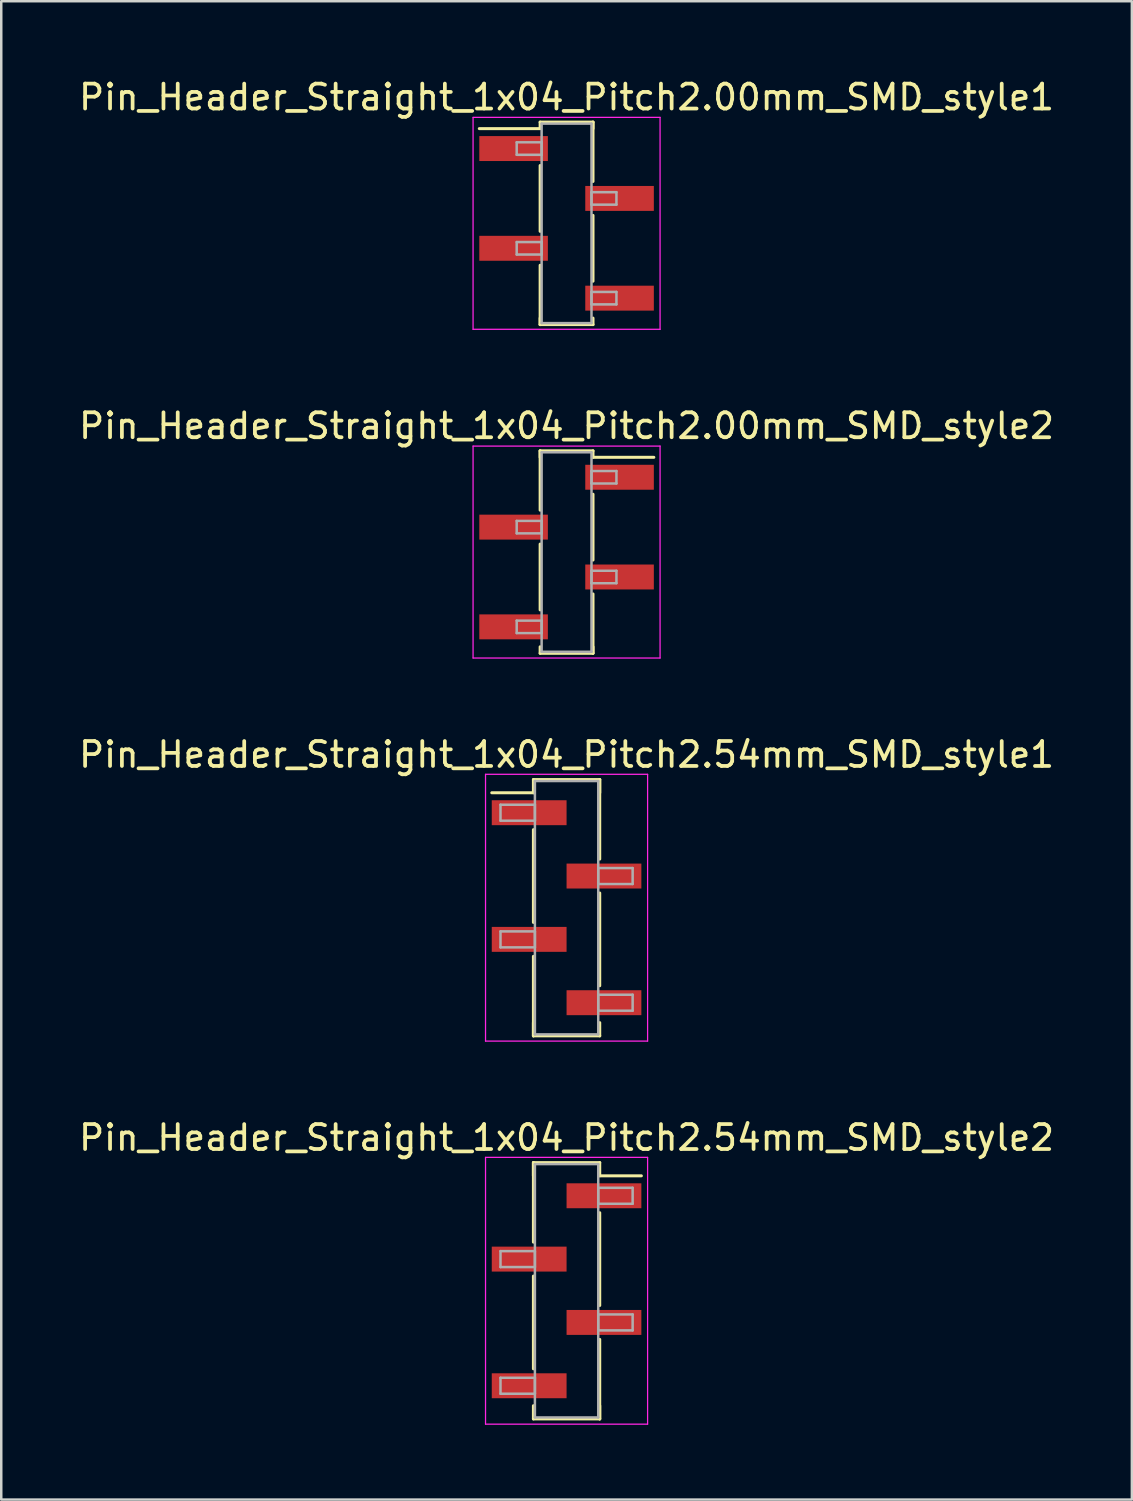
<source format=kicad_pcb>
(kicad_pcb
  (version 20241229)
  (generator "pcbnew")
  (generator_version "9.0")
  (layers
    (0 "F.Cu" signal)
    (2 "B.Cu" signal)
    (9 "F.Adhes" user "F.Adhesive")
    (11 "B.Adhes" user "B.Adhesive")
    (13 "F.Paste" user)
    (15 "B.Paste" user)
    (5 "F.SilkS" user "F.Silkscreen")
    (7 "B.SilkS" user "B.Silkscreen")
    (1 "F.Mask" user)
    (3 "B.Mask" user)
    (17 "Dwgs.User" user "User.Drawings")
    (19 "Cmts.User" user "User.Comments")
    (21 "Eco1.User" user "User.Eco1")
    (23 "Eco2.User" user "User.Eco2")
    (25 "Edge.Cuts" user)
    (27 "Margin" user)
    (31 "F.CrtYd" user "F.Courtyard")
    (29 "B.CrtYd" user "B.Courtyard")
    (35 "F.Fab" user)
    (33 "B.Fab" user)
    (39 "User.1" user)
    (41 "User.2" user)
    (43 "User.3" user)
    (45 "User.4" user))
  (footprint "Pin_Header_Straight_1x04_Pitch2.00mm_SMD_style2"
    (layer "F.Cu")
    (at 19.673 19.091)
    (property "Reference" "Pin_Header_Straight_1x04_Pitch2.00mm_SMD_style2" (at 0 -5.06 0) (layer "F.SilkS") (effects (font (size 1 1) (thickness 0.15))))
    (attr smd)
    (fp_line (start -1.06 -4.06) (end -1.06 -1.68) (stroke (width 0.12) (type solid)) (layer "F.SilkS"))
    (fp_line (start -1.06 -4.06) (end 1.06 -4.06) (stroke (width 0.12) (type solid)) (layer "F.SilkS"))
    (fp_line (start -1.06 -3.8) (end -1.06 -4.06) (stroke (width 0.12) (type solid)) (layer "F.SilkS"))
    (fp_line (start -1.06 -0.32) (end -1.06 2.32) (stroke (width 0.12) (type solid)) (layer "F.SilkS"))
    (fp_line (start -1.06 3.8) (end -1.06 4.06) (stroke (width 0.12) (type solid)) (layer "F.SilkS"))
    (fp_line (start -1.06 4.06) (end 1.06 4.06) (stroke (width 0.12) (type solid)) (layer "F.SilkS"))
    (fp_line (start 1.06 -4.06) (end 1.06 -3.8) (stroke (width 0.12) (type solid)) (layer "F.SilkS"))
    (fp_line (start 1.06 -3.8) (end 3.5 -3.8) (stroke (width 0.12) (type solid)) (layer "F.SilkS"))
    (fp_line (start 1.06 -2.32) (end 1.06 0.32) (stroke (width 0.12) (type solid)) (layer "F.SilkS"))
    (fp_line (start 1.06 1.68) (end 1.06 4.06) (stroke (width 0.12) (type solid)) (layer "F.SilkS"))
    (fp_line (start 1.06 4.06) (end 1.06 3.8) (stroke (width 0.12) (type solid)) (layer "F.SilkS"))
    (fp_line (start -3.75 -4.25) (end -3.75 4.25) (stroke (width 0.05) (type solid)) (layer "F.CrtYd"))
    (fp_line (start -3.75 4.25) (end 3.75 4.25) (stroke (width 0.05) (type solid)) (layer "F.CrtYd"))
    (fp_line (start 3.75 -4.25) (end -3.75 -4.25) (stroke (width 0.05) (type solid)) (layer "F.CrtYd"))
    (fp_line (start 3.75 4.25) (end 3.75 -4.25) (stroke (width 0.05) (type solid)) (layer "F.CrtYd"))
    (fp_line (start -2 -1.25) (end -1 -1.25) (stroke (width 0.1) (type solid)) (layer "F.Fab"))
    (fp_line (start -2 -0.75) (end -2 -1.25) (stroke (width 0.1) (type solid)) (layer "F.Fab"))
    (fp_line (start -2 2.75) (end -1 2.75) (stroke (width 0.1) (type solid)) (layer "F.Fab"))
    (fp_line (start -2 3.25) (end -2 2.75) (stroke (width 0.1) (type solid)) (layer "F.Fab"))
    (fp_line (start -1 -4) (end -1 4) (stroke (width 0.1) (type solid)) (layer "F.Fab"))
    (fp_line (start -1 -1.25) (end -1 -0.75) (stroke (width 0.1) (type solid)) (layer "F.Fab"))
    (fp_line (start -1 -0.75) (end -2 -0.75) (stroke (width 0.1) (type solid)) (layer "F.Fab"))
    (fp_line (start -1 2.75) (end -1 3.25) (stroke (width 0.1) (type solid)) (layer "F.Fab"))
    (fp_line (start -1 3.25) (end -2 3.25) (stroke (width 0.1) (type solid)) (layer "F.Fab"))
    (fp_line (start -1 4) (end 1 4) (stroke (width 0.1) (type solid)) (layer "F.Fab"))
    (fp_line (start 1 -4) (end -1 -4) (stroke (width 0.1) (type solid)) (layer "F.Fab"))
    (fp_line (start 1 -3.25) (end 1 -2.75) (stroke (width 0.1) (type solid)) (layer "F.Fab"))
    (fp_line (start 1 -2.75) (end 2 -2.75) (stroke (width 0.1) (type solid)) (layer "F.Fab"))
    (fp_line (start 1 0.75) (end 1 1.25) (stroke (width 0.1) (type solid)) (layer "F.Fab"))
    (fp_line (start 1 1.25) (end 2 1.25) (stroke (width 0.1) (type solid)) (layer "F.Fab"))
    (fp_line (start 1 4) (end 1 -4) (stroke (width 0.1) (type solid)) (layer "F.Fab"))
    (fp_line (start 2 -3.25) (end 1 -3.25) (stroke (width 0.1) (type solid)) (layer "F.Fab"))
    (fp_line (start 2 -2.75) (end 2 -3.25) (stroke (width 0.1) (type solid)) (layer "F.Fab"))
    (fp_line (start 2 0.75) (end 1 0.75) (stroke (width 0.1) (type solid)) (layer "F.Fab"))
    (fp_line (start 2 1.25) (end 2 0.75) (stroke (width 0.1) (type solid)) (layer "F.Fab"))
    (pad "1" smd rect (at 2.125 -3) (size 2.75 1) (layers "F.Cu" "F.Mask"))
    (pad "2" smd rect (at -2.125 -1) (size 2.75 1) (layers "F.Cu" "F.Mask"))
    (pad "3" smd rect (at 2.125 1) (size 2.75 1) (layers "F.Cu" "F.Mask"))
    (pad "4" smd rect (at -2.125 3) (size 2.75 1) (layers "F.Cu" "F.Mask")))
  (footprint "Pin_Header_Straight_1x04_Pitch2.54mm_SMD_style1"
    (layer "F.Cu")
    (at 19.673 33.355)
    (property "Reference" "Pin_Header_Straight_1x04_Pitch2.54mm_SMD_style1" (at 0 -6.14 0) (layer "F.SilkS") (effects (font (size 1 1) (thickness 0.15))))
    (attr smd)
    (fp_line (start -1.33 -5.14) (end 1.33 -5.14) (stroke (width 0.12) (type solid)) (layer "F.SilkS"))
    (fp_line (start -1.33 -4.61) (end -3 -4.61) (stroke (width 0.12) (type solid)) (layer "F.SilkS"))
    (fp_line (start -1.33 -4.61) (end -1.33 -5.14) (stroke (width 0.12) (type solid)) (layer "F.SilkS"))
    (fp_line (start -1.33 -3.13) (end -1.33 0.59) (stroke (width 0.12) (type solid)) (layer "F.SilkS"))
    (fp_line (start -1.33 1.95) (end -1.33 5.14) (stroke (width 0.12) (type solid)) (layer "F.SilkS"))
    (fp_line (start -1.33 4.61) (end -1.33 5.14) (stroke (width 0.12) (type solid)) (layer "F.SilkS"))
    (fp_line (start -1.33 5.14) (end 1.33 5.14) (stroke (width 0.12) (type solid)) (layer "F.SilkS"))
    (fp_line (start 1.33 -5.14) (end 1.33 -4.61) (stroke (width 0.12) (type solid)) (layer "F.SilkS"))
    (fp_line (start 1.33 -5.14) (end 1.33 -1.95) (stroke (width 0.12) (type solid)) (layer "F.SilkS"))
    (fp_line (start 1.33 -0.59) (end 1.33 3.13) (stroke (width 0.12) (type solid)) (layer "F.SilkS"))
    (fp_line (start 1.33 5.14) (end 1.33 4.61) (stroke (width 0.12) (type solid)) (layer "F.SilkS"))
    (fp_line (start -3.25 -5.35) (end -3.25 5.35) (stroke (width 0.05) (type solid)) (layer "F.CrtYd"))
    (fp_line (start -3.25 5.35) (end 3.25 5.35) (stroke (width 0.05) (type solid)) (layer "F.CrtYd"))
    (fp_line (start 3.25 -5.35) (end -3.25 -5.35) (stroke (width 0.05) (type solid)) (layer "F.CrtYd"))
    (fp_line (start 3.25 5.35) (end 3.25 -5.35) (stroke (width 0.05) (type solid)) (layer "F.CrtYd"))
    (fp_line (start -2.65 -4.13) (end -1.27 -4.13) (stroke (width 0.1) (type solid)) (layer "F.Fab"))
    (fp_line (start -2.65 -3.49) (end -2.65 -4.13) (stroke (width 0.1) (type solid)) (layer "F.Fab"))
    (fp_line (start -2.65 0.95) (end -1.27 0.95) (stroke (width 0.1) (type solid)) (layer "F.Fab"))
    (fp_line (start -2.65 1.59) (end -2.65 0.95) (stroke (width 0.1) (type solid)) (layer "F.Fab"))
    (fp_line (start -1.27 -5.08) (end -1.27 5.08) (stroke (width 0.1) (type solid)) (layer "F.Fab"))
    (fp_line (start -1.27 -4.13) (end -1.27 -3.49) (stroke (width 0.1) (type solid)) (layer "F.Fab"))
    (fp_line (start -1.27 -3.49) (end -2.65 -3.49) (stroke (width 0.1) (type solid)) (layer "F.Fab"))
    (fp_line (start -1.27 0.95) (end -1.27 1.59) (stroke (width 0.1) (type solid)) (layer "F.Fab"))
    (fp_line (start -1.27 1.59) (end -2.65 1.59) (stroke (width 0.1) (type solid)) (layer "F.Fab"))
    (fp_line (start -1.27 5.08) (end 1.27 5.08) (stroke (width 0.1) (type solid)) (layer "F.Fab"))
    (fp_line (start 1.27 -5.08) (end -1.27 -5.08) (stroke (width 0.1) (type solid)) (layer "F.Fab"))
    (fp_line (start 1.27 -1.59) (end 1.27 -0.95) (stroke (width 0.1) (type solid)) (layer "F.Fab"))
    (fp_line (start 1.27 -0.95) (end 2.65 -0.95) (stroke (width 0.1) (type solid)) (layer "F.Fab"))
    (fp_line (start 1.27 3.49) (end 1.27 4.13) (stroke (width 0.1) (type solid)) (layer "F.Fab"))
    (fp_line (start 1.27 4.13) (end 2.65 4.13) (stroke (width 0.1) (type solid)) (layer "F.Fab"))
    (fp_line (start 1.27 5.08) (end 1.27 -5.08) (stroke (width 0.1) (type solid)) (layer "F.Fab"))
    (fp_line (start 2.65 -1.59) (end 1.27 -1.59) (stroke (width 0.1) (type solid)) (layer "F.Fab"))
    (fp_line (start 2.65 -0.95) (end 2.65 -1.59) (stroke (width 0.1) (type solid)) (layer "F.Fab"))
    (fp_line (start 2.65 3.49) (end 1.27 3.49) (stroke (width 0.1) (type solid)) (layer "F.Fab"))
    (fp_line (start 2.65 4.13) (end 2.65 3.49) (stroke (width 0.1) (type solid)) (layer "F.Fab"))
    (pad "1" smd rect (at -1.5 -3.81) (size 3 1) (layers "F.Cu" "F.Mask"))
    (pad "2" smd rect (at 1.5 -1.27) (size 3 1) (layers "F.Cu" "F.Mask"))
    (pad "3" smd rect (at -1.5 1.27) (size 3 1) (layers "F.Cu" "F.Mask"))
    (pad "4" smd rect (at 1.5 3.81) (size 3 1) (layers "F.Cu" "F.Mask")))
  (footprint "Pin_Header_Straight_1x04_Pitch2.00mm_SMD_style1"
    (layer "F.Cu")
    (at 19.673 5.908)
    (property "Reference" "Pin_Header_Straight_1x04_Pitch2.00mm_SMD_style1" (at 0 -5.06 0) (layer "F.SilkS") (effects (font (size 1 1) (thickness 0.15))))
    (attr smd)
    (fp_line (start -1.06 -4.06) (end 1.06 -4.06) (stroke (width 0.12) (type solid)) (layer "F.SilkS"))
    (fp_line (start -1.06 -3.8) (end -3.5 -3.8) (stroke (width 0.12) (type solid)) (layer "F.SilkS"))
    (fp_line (start -1.06 -3.8) (end -1.06 -4.06) (stroke (width 0.12) (type solid)) (layer "F.SilkS"))
    (fp_line (start -1.06 -2.32) (end -1.06 0.32) (stroke (width 0.12) (type solid)) (layer "F.SilkS"))
    (fp_line (start -1.06 1.68) (end -1.06 4.06) (stroke (width 0.12) (type solid)) (layer "F.SilkS"))
    (fp_line (start -1.06 3.8) (end -1.06 4.06) (stroke (width 0.12) (type solid)) (layer "F.SilkS"))
    (fp_line (start -1.06 4.06) (end 1.06 4.06) (stroke (width 0.12) (type solid)) (layer "F.SilkS"))
    (fp_line (start 1.06 -4.06) (end 1.06 -3.8) (stroke (width 0.12) (type solid)) (layer "F.SilkS"))
    (fp_line (start 1.06 -4.06) (end 1.06 -1.68) (stroke (width 0.12) (type solid)) (layer "F.SilkS"))
    (fp_line (start 1.06 -0.32) (end 1.06 2.32) (stroke (width 0.12) (type solid)) (layer "F.SilkS"))
    (fp_line (start 1.06 4.06) (end 1.06 3.8) (stroke (width 0.12) (type solid)) (layer "F.SilkS"))
    (fp_line (start -3.75 -4.25) (end -3.75 4.25) (stroke (width 0.05) (type solid)) (layer "F.CrtYd"))
    (fp_line (start -3.75 4.25) (end 3.75 4.25) (stroke (width 0.05) (type solid)) (layer "F.CrtYd"))
    (fp_line (start 3.75 -4.25) (end -3.75 -4.25) (stroke (width 0.05) (type solid)) (layer "F.CrtYd"))
    (fp_line (start 3.75 4.25) (end 3.75 -4.25) (stroke (width 0.05) (type solid)) (layer "F.CrtYd"))
    (fp_line (start -2 -3.25) (end -1 -3.25) (stroke (width 0.1) (type solid)) (layer "F.Fab"))
    (fp_line (start -2 -2.75) (end -2 -3.25) (stroke (width 0.1) (type solid)) (layer "F.Fab"))
    (fp_line (start -2 0.75) (end -1 0.75) (stroke (width 0.1) (type solid)) (layer "F.Fab"))
    (fp_line (start -2 1.25) (end -2 0.75) (stroke (width 0.1) (type solid)) (layer "F.Fab"))
    (fp_line (start -1 -4) (end -1 4) (stroke (width 0.1) (type solid)) (layer "F.Fab"))
    (fp_line (start -1 -3.25) (end -1 -2.75) (stroke (width 0.1) (type solid)) (layer "F.Fab"))
    (fp_line (start -1 -2.75) (end -2 -2.75) (stroke (width 0.1) (type solid)) (layer "F.Fab"))
    (fp_line (start -1 0.75) (end -1 1.25) (stroke (width 0.1) (type solid)) (layer "F.Fab"))
    (fp_line (start -1 1.25) (end -2 1.25) (stroke (width 0.1) (type solid)) (layer "F.Fab"))
    (fp_line (start -1 4) (end 1 4) (stroke (width 0.1) (type solid)) (layer "F.Fab"))
    (fp_line (start 1 -4) (end -1 -4) (stroke (width 0.1) (type solid)) (layer "F.Fab"))
    (fp_line (start 1 -1.25) (end 1 -0.75) (stroke (width 0.1) (type solid)) (layer "F.Fab"))
    (fp_line (start 1 -0.75) (end 2 -0.75) (stroke (width 0.1) (type solid)) (layer "F.Fab"))
    (fp_line (start 1 2.75) (end 1 3.25) (stroke (width 0.1) (type solid)) (layer "F.Fab"))
    (fp_line (start 1 3.25) (end 2 3.25) (stroke (width 0.1) (type solid)) (layer "F.Fab"))
    (fp_line (start 1 4) (end 1 -4) (stroke (width 0.1) (type solid)) (layer "F.Fab"))
    (fp_line (start 2 -1.25) (end 1 -1.25) (stroke (width 0.1) (type solid)) (layer "F.Fab"))
    (fp_line (start 2 -0.75) (end 2 -1.25) (stroke (width 0.1) (type solid)) (layer "F.Fab"))
    (fp_line (start 2 2.75) (end 1 2.75) (stroke (width 0.1) (type solid)) (layer "F.Fab"))
    (fp_line (start 2 3.25) (end 2 2.75) (stroke (width 0.1) (type solid)) (layer "F.Fab"))
    (pad "1" smd rect (at -2.125 -3) (size 2.75 1) (layers "F.Cu" "F.Mask"))
    (pad "2" smd rect (at 2.125 -1) (size 2.75 1) (layers "F.Cu" "F.Mask"))
    (pad "3" smd rect (at -2.125 1) (size 2.75 1) (layers "F.Cu" "F.Mask"))
    (pad "4" smd rect (at 2.125 3) (size 2.75 1) (layers "F.Cu" "F.Mask")))
  (footprint "Pin_Header_Straight_1x04_Pitch2.54mm_SMD_style2"
    (layer "F.Cu")
    (at 19.673 48.718)
    (property "Reference" "Pin_Header_Straight_1x04_Pitch2.54mm_SMD_style2" (at 0 -6.14 0) (layer "F.SilkS") (effects (font (size 1 1) (thickness 0.15))))
    (attr smd)
    (fp_line (start -1.33 -5.14) (end -1.33 -1.95) (stroke (width 0.12) (type solid)) (layer "F.SilkS"))
    (fp_line (start -1.33 -5.14) (end 1.33 -5.14) (stroke (width 0.12) (type solid)) (layer "F.SilkS"))
    (fp_line (start -1.33 -4.61) (end -1.33 -5.14) (stroke (width 0.12) (type solid)) (layer "F.SilkS"))
    (fp_line (start -1.33 -0.59) (end -1.33 3.13) (stroke (width 0.12) (type solid)) (layer "F.SilkS"))
    (fp_line (start -1.33 4.61) (end -1.33 5.14) (stroke (width 0.12) (type solid)) (layer "F.SilkS"))
    (fp_line (start -1.33 5.14) (end 1.33 5.14) (stroke (width 0.12) (type solid)) (layer "F.SilkS"))
    (fp_line (start 1.33 -5.14) (end 1.33 -4.61) (stroke (width 0.12) (type solid)) (layer "F.SilkS"))
    (fp_line (start 1.33 -4.61) (end 3 -4.61) (stroke (width 0.12) (type solid)) (layer "F.SilkS"))
    (fp_line (start 1.33 -3.13) (end 1.33 0.59) (stroke (width 0.12) (type solid)) (layer "F.SilkS"))
    (fp_line (start 1.33 1.95) (end 1.33 5.14) (stroke (width 0.12) (type solid)) (layer "F.SilkS"))
    (fp_line (start 1.33 5.14) (end 1.33 4.61) (stroke (width 0.12) (type solid)) (layer "F.SilkS"))
    (fp_line (start -3.25 -5.35) (end -3.25 5.35) (stroke (width 0.05) (type solid)) (layer "F.CrtYd"))
    (fp_line (start -3.25 5.35) (end 3.25 5.35) (stroke (width 0.05) (type solid)) (layer "F.CrtYd"))
    (fp_line (start 3.25 -5.35) (end -3.25 -5.35) (stroke (width 0.05) (type solid)) (layer "F.CrtYd"))
    (fp_line (start 3.25 5.35) (end 3.25 -5.35) (stroke (width 0.05) (type solid)) (layer "F.CrtYd"))
    (fp_line (start -2.65 -1.59) (end -1.27 -1.59) (stroke (width 0.1) (type solid)) (layer "F.Fab"))
    (fp_line (start -2.65 -0.95) (end -2.65 -1.59) (stroke (width 0.1) (type solid)) (layer "F.Fab"))
    (fp_line (start -2.65 3.49) (end -1.27 3.49) (stroke (width 0.1) (type solid)) (layer "F.Fab"))
    (fp_line (start -2.65 4.13) (end -2.65 3.49) (stroke (width 0.1) (type solid)) (layer "F.Fab"))
    (fp_line (start -1.27 -5.08) (end -1.27 5.08) (stroke (width 0.1) (type solid)) (layer "F.Fab"))
    (fp_line (start -1.27 -1.59) (end -1.27 -0.95) (stroke (width 0.1) (type solid)) (layer "F.Fab"))
    (fp_line (start -1.27 -0.95) (end -2.65 -0.95) (stroke (width 0.1) (type solid)) (layer "F.Fab"))
    (fp_line (start -1.27 3.49) (end -1.27 4.13) (stroke (width 0.1) (type solid)) (layer "F.Fab"))
    (fp_line (start -1.27 4.13) (end -2.65 4.13) (stroke (width 0.1) (type solid)) (layer "F.Fab"))
    (fp_line (start -1.27 5.08) (end 1.27 5.08) (stroke (width 0.1) (type solid)) (layer "F.Fab"))
    (fp_line (start 1.27 -5.08) (end -1.27 -5.08) (stroke (width 0.1) (type solid)) (layer "F.Fab"))
    (fp_line (start 1.27 -4.13) (end 1.27 -3.49) (stroke (width 0.1) (type solid)) (layer "F.Fab"))
    (fp_line (start 1.27 -3.49) (end 2.65 -3.49) (stroke (width 0.1) (type solid)) (layer "F.Fab"))
    (fp_line (start 1.27 0.95) (end 1.27 1.59) (stroke (width 0.1) (type solid)) (layer "F.Fab"))
    (fp_line (start 1.27 1.59) (end 2.65 1.59) (stroke (width 0.1) (type solid)) (layer "F.Fab"))
    (fp_line (start 1.27 5.08) (end 1.27 -5.08) (stroke (width 0.1) (type solid)) (layer "F.Fab"))
    (fp_line (start 2.65 -4.13) (end 1.27 -4.13) (stroke (width 0.1) (type solid)) (layer "F.Fab"))
    (fp_line (start 2.65 -3.49) (end 2.65 -4.13) (stroke (width 0.1) (type solid)) (layer "F.Fab"))
    (fp_line (start 2.65 0.95) (end 1.27 0.95) (stroke (width 0.1) (type solid)) (layer "F.Fab"))
    (fp_line (start 2.65 1.59) (end 2.65 0.95) (stroke (width 0.1) (type solid)) (layer "F.Fab"))
    (pad "1" smd rect (at 1.5 -3.81) (size 3 1) (layers "F.Cu" "F.Mask"))
    (pad "2" smd rect (at -1.5 -1.27) (size 3 1) (layers "F.Cu" "F.Mask"))
    (pad "3" smd rect (at 1.5 1.27) (size 3 1) (layers "F.Cu" "F.Mask"))
    (pad "4" smd rect (at -1.5 3.81) (size 3 1) (layers "F.Cu" "F.Mask")))
  (gr_rect
    (start -3 -3)
    (end 42.345 57.093)
    (stroke (width 0.1) (type default))
    (fill no)
    (layer "Edge.Cuts")))
</source>
